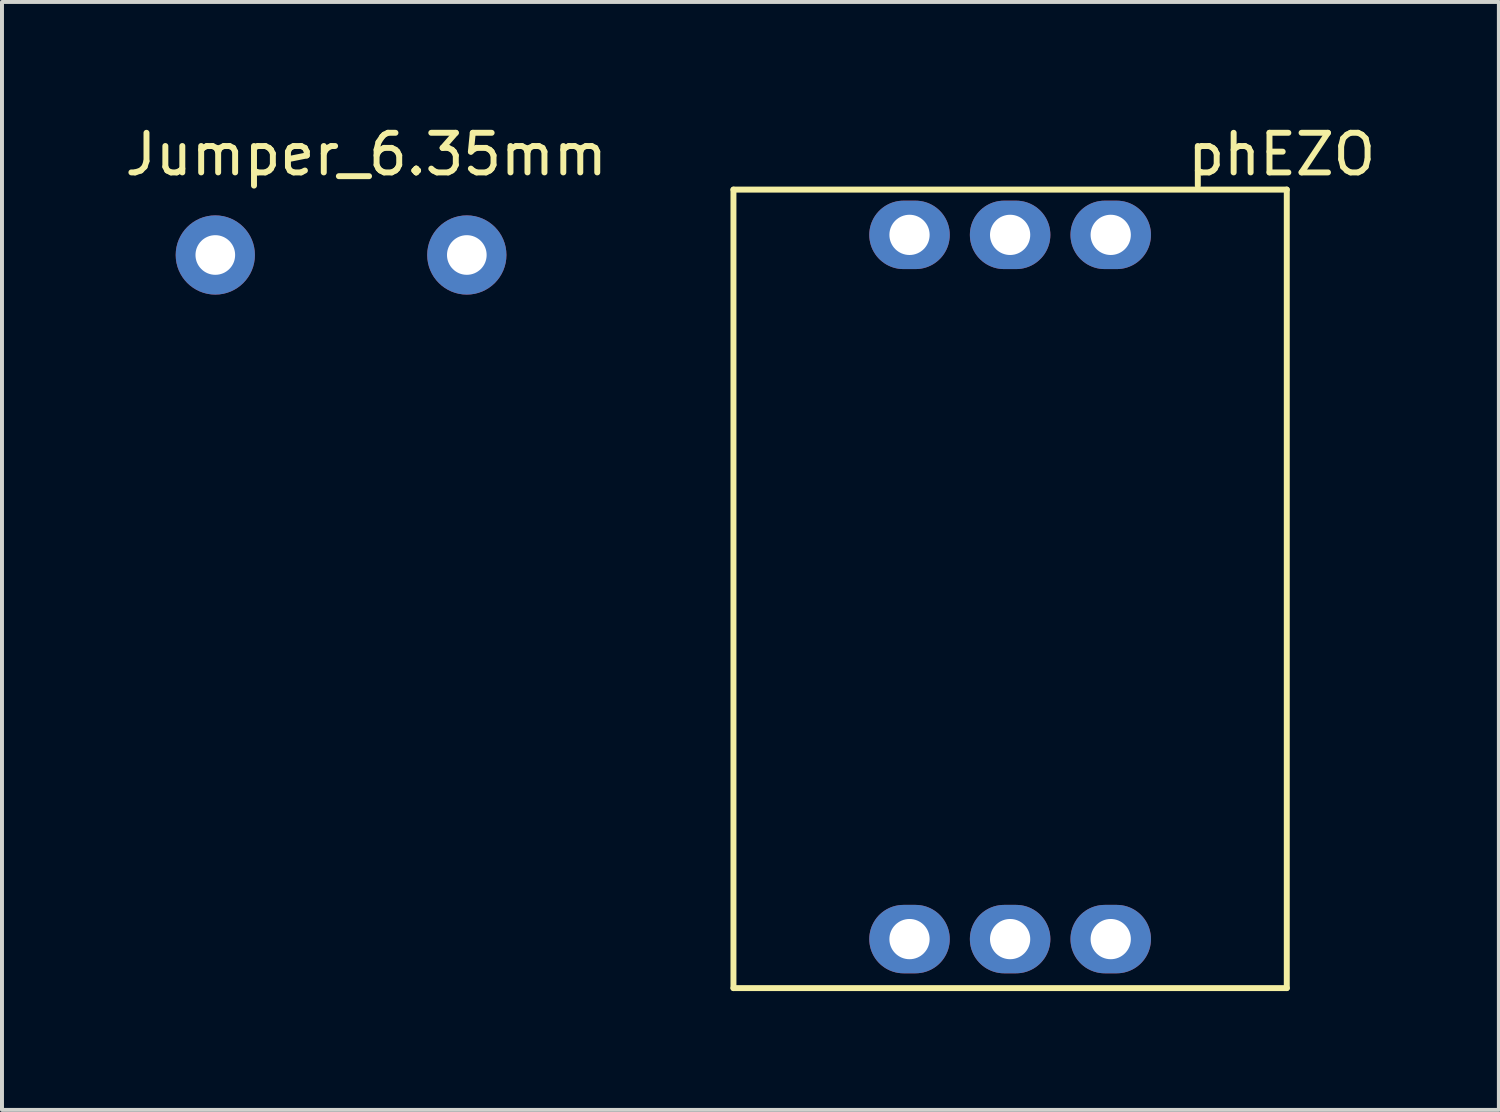
<source format=kicad_pcb>
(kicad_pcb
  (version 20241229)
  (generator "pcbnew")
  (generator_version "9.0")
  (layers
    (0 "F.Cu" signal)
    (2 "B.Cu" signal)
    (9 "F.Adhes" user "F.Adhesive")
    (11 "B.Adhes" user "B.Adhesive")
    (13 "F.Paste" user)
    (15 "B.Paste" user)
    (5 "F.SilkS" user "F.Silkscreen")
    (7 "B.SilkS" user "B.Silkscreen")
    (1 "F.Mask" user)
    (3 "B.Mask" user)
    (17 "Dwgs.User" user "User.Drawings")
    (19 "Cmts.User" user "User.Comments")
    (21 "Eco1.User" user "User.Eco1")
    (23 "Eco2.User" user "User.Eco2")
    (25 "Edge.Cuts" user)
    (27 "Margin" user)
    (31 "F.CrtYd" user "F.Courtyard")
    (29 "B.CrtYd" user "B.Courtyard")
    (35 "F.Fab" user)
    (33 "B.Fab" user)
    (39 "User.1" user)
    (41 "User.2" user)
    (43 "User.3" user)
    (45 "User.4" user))
  (footprint "Jumper_6.35mm"
    (layer "F.Cu")
    (at 2.386 3.388)
    (property "Reference" "Jumper_6.35mm" (at 3.81 -2.54 0) (layer "F.SilkS") (effects (font (size 1 1) (thickness 0.15))))
    (attr through_hole)
    (pad "1" thru_hole circle (at 0 0) (size 2 2) (drill 1.001) (layers "*.Cu" "*.Mask"))
    (pad "2" thru_hole circle (at 6.35 0) (size 2 2) (drill 1.001) (layers "*.Cu" "*.Mask")))
  (footprint "phEZO"
    (layer "F.Cu")
    (at 22.453 11.77)
    (property "Reference" "phEZO" (at 6.858 -10.922 0) (layer "F.SilkS") (effects (font (size 1 1) (thickness 0.15))))
    (attr through_hole)
    (fp_line (start -6.985 -10.033) (end 6.985 -10.033) (stroke (width 0.15) (type solid)) (layer "F.SilkS"))
    (fp_line (start -6.985 10.127) (end -6.985 -10.033) (stroke (width 0.15) (type solid)) (layer "F.SilkS"))
    (fp_line (start 6.985 -10.033) (end 6.985 10.127) (stroke (width 0.15) (type solid)) (layer "F.SilkS"))
    (fp_line (start 6.985 10.127) (end -6.985 10.127) (stroke (width 0.15) (type solid)) (layer "F.SilkS"))
    (pad "1" thru_hole oval (at -2.54 -8.89) (size 2.032 1.727) (drill 1.016) (layers "*.Cu" "*.Mask"))
    (pad "2" thru_hole oval (at 0 -8.89) (size 2.032 1.727) (drill 1.016) (layers "*.Cu" "*.Mask"))
    (pad "3" thru_hole oval (at 2.54 -8.89) (size 2.032 1.727) (drill 1.016) (layers "*.Cu" "*.Mask"))
    (pad "4" thru_hole oval (at 2.54 8.89) (size 2.032 1.727) (drill 1.016) (layers "*.Cu" "*.Mask"))
    (pad "5" thru_hole oval (at 0 8.89) (size 2.032 1.727) (drill 1.016) (layers "*.Cu" "*.Mask"))
    (pad "6" thru_hole oval (at -2.54 8.89) (size 2.032 1.727) (drill 1.016) (layers "*.Cu" "*.Mask")))
  (gr_rect
    (start -3 -3)
    (end 34.793 24.972)
    (stroke (width 0.1) (type default))
    (fill no)
    (layer "Edge.Cuts")))
</source>
